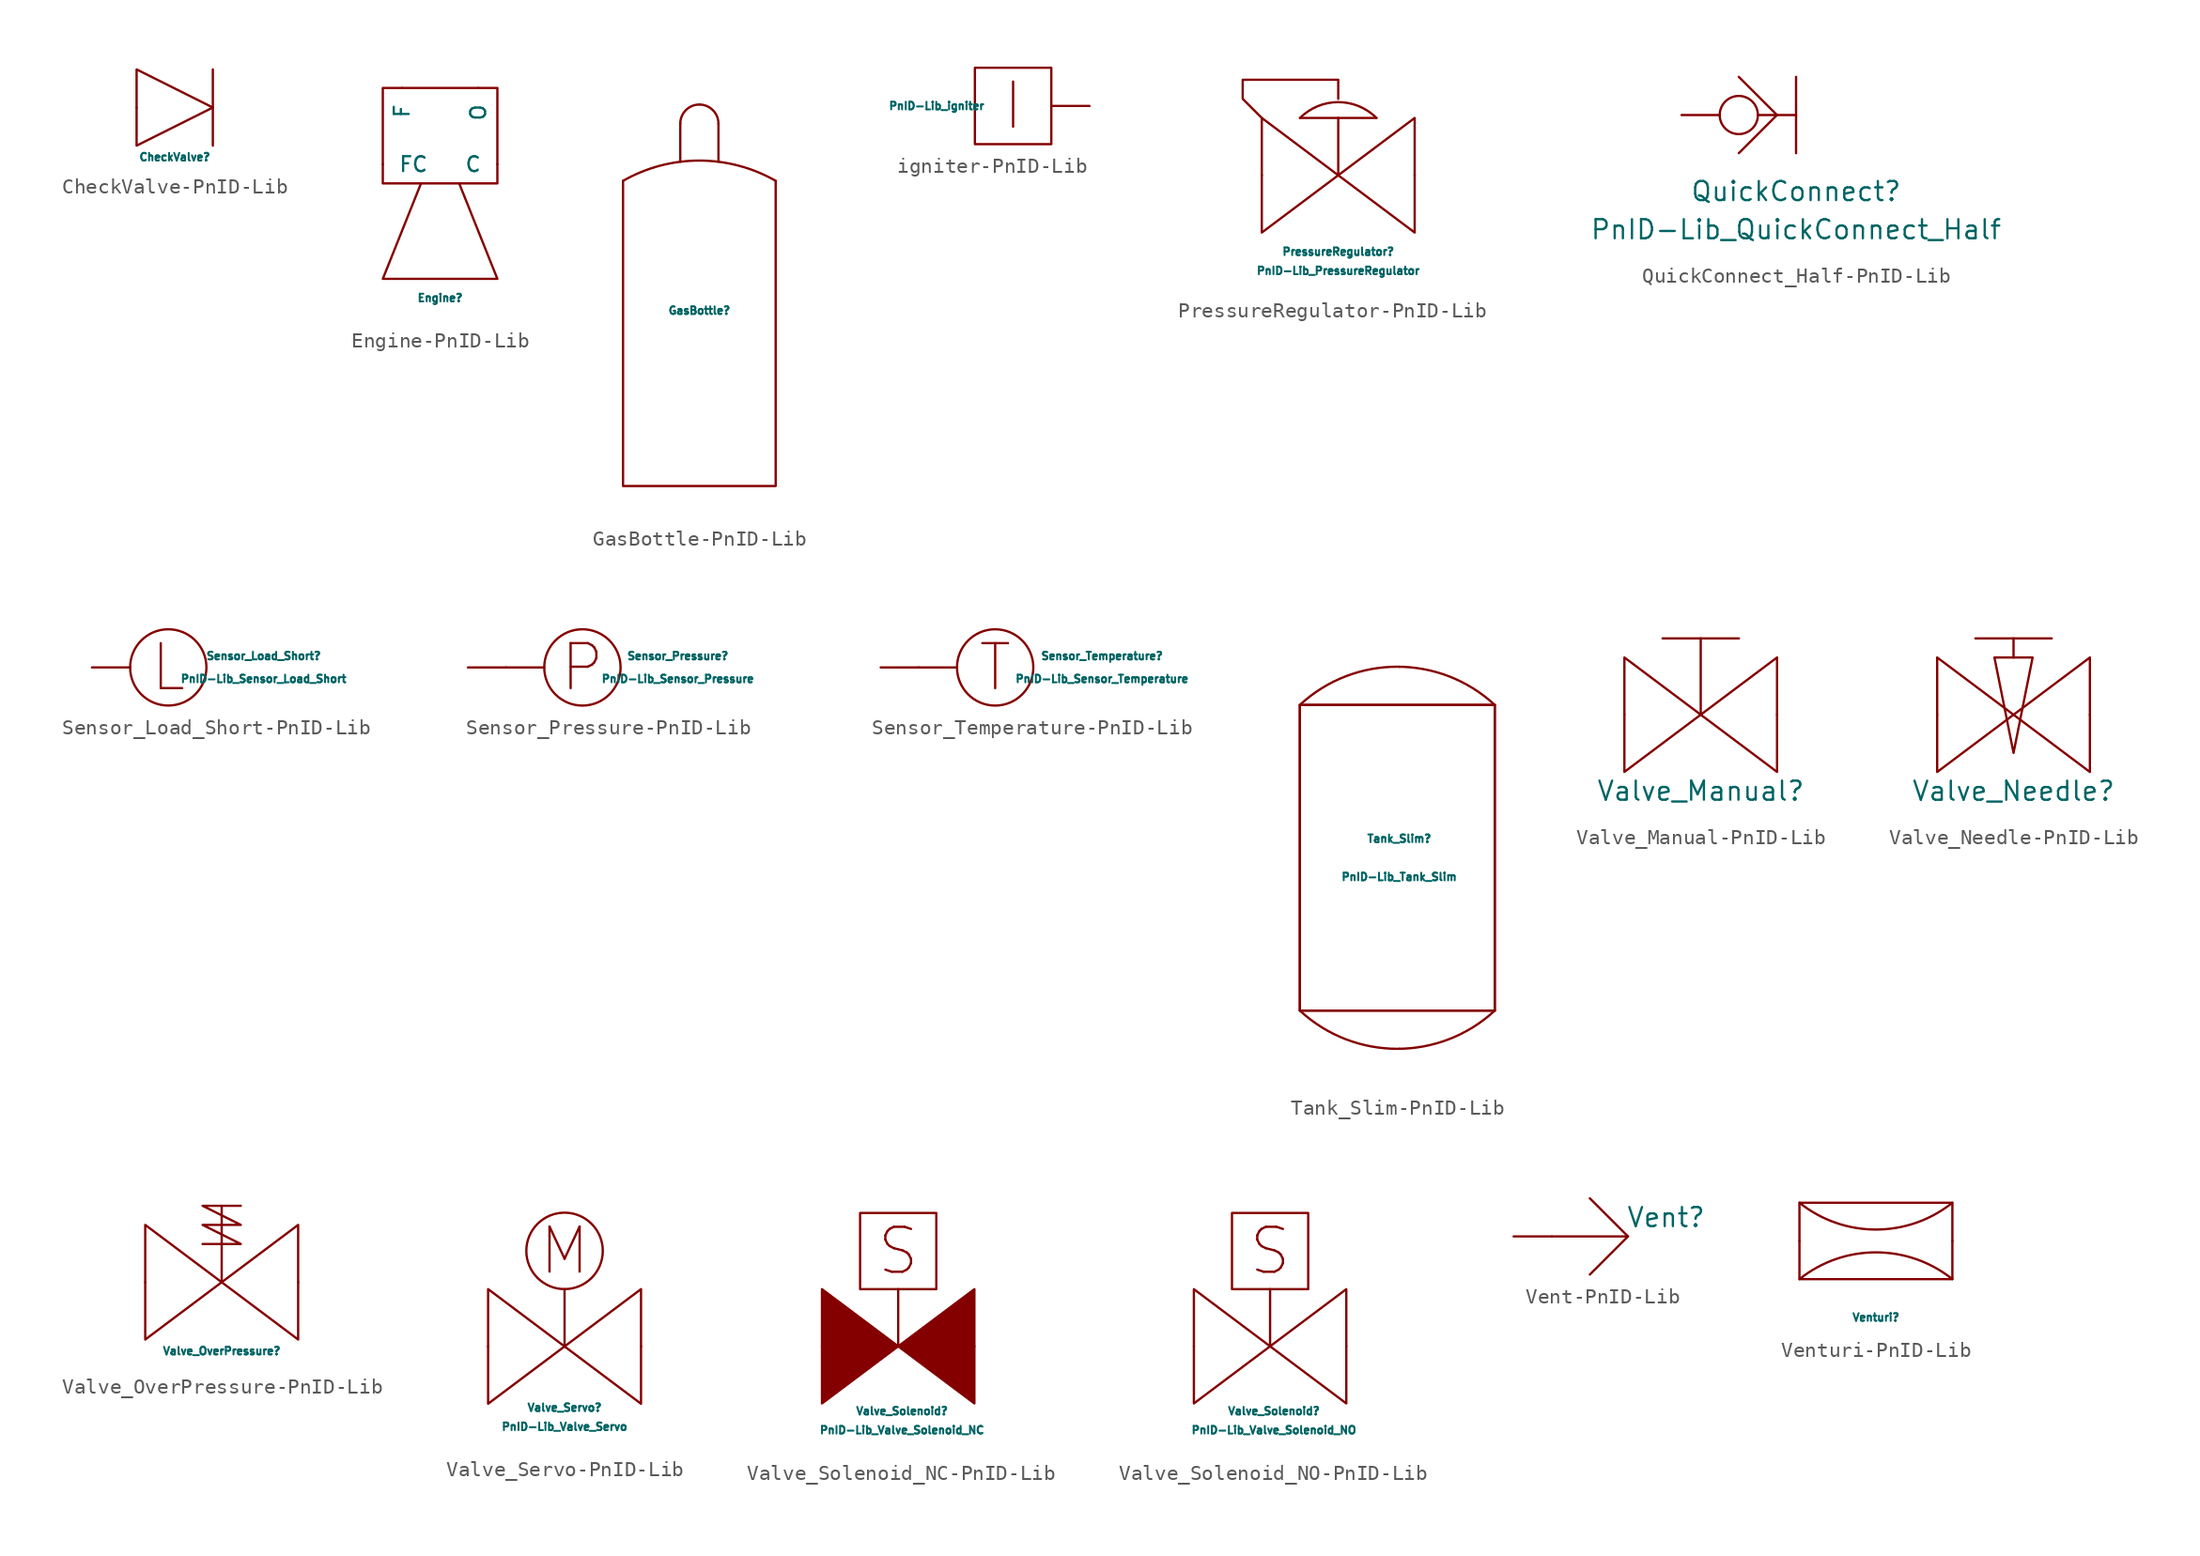
<source format=kicad_sym>
(kicad_symbol_lib
  (version 20231120)
  (generator "kicad_symbol_editor")
  (generator_version "8.0")
  (symbol "CheckValve-PnID-Lib"
    (pin_numbers hide)
    (pin_names
      (offset 1.016))
    (property "Reference" "CheckValve"
      (at 0 -3.302 0)
      (effects (font (size 0.508 0.508))))
    (symbol "CheckValve-PnID-Lib_0_0"
      (polyline (pts (xy 2.54 2.54) (xy 2.54 -2.54)) (stroke (width 0) (type solid)) (fill (type none)))
      (polyline (pts (xy -2.54 2.54) (xy -2.54 -2.54) (xy 2.54 0) (xy -2.54 2.54)) (stroke (width 0) (type solid)) (fill (type none))))
    (symbol "CheckValve-PnID-Lib_1_1"
      (pin bidirectional line (at -2.54 0 0) (length 0) (name "~" (effects (font (size 1.27 1.27)))) (number "~" (effects (font (size 1.27 1.27)))))
      (pin bidirectional line (at 2.54 0 180) (length 0) (name "~" (effects (font (size 1.27 1.27)))) (number "~" (effects (font (size 1.27 1.27)))))))
  (symbol "Engine-PnID-Lib"
    (pin_numbers hide)
    (pin_names
      (offset 1.016))
    (property "Reference" "Engine"
      (at 0 -11.43 0)
      (effects (font (size 0.508 0.508))))
    (symbol "Engine-PnID-Lib_0_0"
      (rectangle (start -3.81 2.54) (end 3.81 -3.81) (stroke (width 0) (type solid)) (fill (type none)))
      (polyline (pts (xy -1.27 -3.81) (xy -3.81 -10.16) (xy 3.81 -10.16) (xy 1.27 -3.81)) (stroke (width 0) (type solid)) (fill (type none))))
    (symbol "Engine-PnID-Lib_1_1"
      (pin bidirectional line (at 3.81 -2.54 180) (length 0) (name "C" (effects (font (size 0.991 0.991)))) (number "~" (effects (font (size 1.27 1.27)))))
      (pin input line (at -2.54 2.54 270) (length 0) (name "F" (effects (font (size 0.991 0.991)))) (number "~" (effects (font (size 1.27 1.27)))))
      (pin input line (at -3.81 -2.54 0) (length 0) (name "FC" (effects (font (size 0.991 0.991)))) (number "~" (effects (font (size 1.27 1.27)))))
      (pin input line (at 2.54 2.54 270) (length 0) (name "O" (effects (font (size 0.991 0.991)))) (number "~" (effects (font (size 1.27 1.27)))))))
  (symbol "GasBottle-PnID-Lib"
    (pin_numbers hide)
    (pin_names
      (offset 1.016))
    (property "Reference" "GasBottle"
      (at 0 -1.016 0)
      (effects (font (size 0.508 0.508))))
    (symbol "GasBottle-PnID-Lib_0_0"
      (polyline (pts (xy -1.27 8.89) (xy -1.27 11.43)) (stroke (width 0) (type solid)) (fill (type none)))
      (polyline (pts (xy 1.27 8.89) (xy 1.27 11.43)) (stroke (width 0) (type solid)) (fill (type none)))
      (polyline (pts (xy -5.08 7.62) (xy -5.08 -12.7) (xy 5.08 -12.7) (xy 5.08 7.62)) (stroke (width 0) (type solid)) (fill (type none)))
      (arc (start 1.27 11.43) (mid 0 12.7) (end -1.27 11.43) (stroke (width 0) (type solid)) (fill (type none)))
      (arc (start 5.08 7.62) (mid 0 8.9691) (end -5.08 7.62) (stroke (width 0) (type solid)) (fill (type none))))
    (symbol "GasBottle-PnID-Lib_1_1"
      (pin output line (at 0 12.7 270) (length 0) (name "~" (effects (font (size 1.27 1.27)))) (number "~" (effects (font (size 1.27 1.27)))))))
  (symbol "igniter-PnID-Lib"
    (pin_names
      (offset 1.016))
    (property "Reference" "igniter"
      (at -5.08 2.286 0)
      (effects (font (size 0.508 0.508)) (hide yes)))
    (property "Value" "PnID-Lib_igniter"
      (at -5.08 0 0)
      (effects (font (size 0.508 0.508))))
    (symbol "igniter-PnID-Lib_0_0"
      (text "I" (at 0 0 0) (effects (font (size 2.997 2.997)))))
    (symbol "igniter-PnID-Lib_0_1"
      (rectangle (start -2.54 2.54) (end 2.54 -2.54) (stroke (width 0) (type solid)) (fill (type none))))
    (symbol "igniter-PnID-Lib_1_1"
      (pin input line (at 5.08 0 180) (length 2.54) (name "~" (effects (font (size 1.27 1.27)))) (number "~" (effects (font (size 1.27 1.27)))))))
  (symbol "PressureRegulator-PnID-Lib"
    (pin_numbers hide)
    (pin_names
      (offset 1.016))
    (property "Reference" "PressureRegulator"
      (at 0 -5.08 0)
      (effects (font (size 0.508 0.508))))
    (property "Value" "PnID-Lib_PressureRegulator"
      (at 0 -6.35 0)
      (effects (font (size 0.508 0.508))))
    (symbol "PressureRegulator-PnID-Lib_0_0"
      (polyline (pts (xy -2.54 3.81) (xy 2.54 3.81)) (stroke (width 0) (type solid)) (fill (type none)))
      (polyline (pts (xy 0 0) (xy 0 3.81)) (stroke (width 0) (type solid)) (fill (type none)))
      (polyline (pts (xy -5.08 3.81) (xy -6.35 5.08) (xy -6.35 6.35) (xy 0 6.35) (xy 0 5.08)) (stroke (width 0) (type solid)) (fill (type none)))
      (arc (start 2.54 3.81) (mid 0 4.8621) (end -2.54 3.81) (stroke (width 0) (type solid)) (fill (type none))))
    (symbol "PressureRegulator-PnID-Lib_1_1"
      (polyline (pts (xy 0 0) (xy -5.08 3.81) (xy -5.08 -3.81) (xy 0 0)) (stroke (width 0) (type solid)) (fill (type none)))
      (polyline (pts (xy 5.08 3.81) (xy 0 0) (xy 5.08 -3.81) (xy 5.08 3.81)) (stroke (width 0) (type solid)) (fill (type none)))
      (pin bidirectional line (at -5.08 0 0) (length 0) (name "~" (effects (font (size 1.27 1.27)))) (number "~" (effects (font (size 1.27 1.27)))))
      (pin bidirectional line (at 5.08 0 180) (length 0) (name "~" (effects (font (size 1.27 1.27)))) (number "~" (effects (font (size 1.27 1.27)))))))
  (symbol "QuickConnect_Half-PnID-Lib"
    (pin_numbers hide)
    (pin_names
      (offset 1.016))
    (property "Reference" "QuickConnect"
      (at 0 -5.08 0)
      (effects (font (size 1.27 1.27))))
    (property "Value" "PnID-Lib_QuickConnect_Half"
      (at 0 -7.62 0)
      (effects (font (size 1.27 1.27))))
    (symbol "QuickConnect_Half-PnID-Lib_0_0"
      (circle (center -3.81 0) (radius 1.27) (stroke (width 0) (type solid)) (fill (type none)))
      (polyline (pts (xy -1.27 0) (xy -3.81 -2.54)) (stroke (width 0) (type solid)) (fill (type none)))
      (polyline (pts (xy -1.27 0) (xy -2.54 0)) (stroke (width 0) (type solid)) (fill (type none)))
      (polyline (pts (xy 0 2.54) (xy 0 -2.54)) (stroke (width 0) (type solid)) (fill (type none)))
      (polyline (pts (xy 0 0) (xy -1.27 0) (xy -3.81 2.54)) (stroke (width 0) (type solid)) (fill (type none))))
    (symbol "QuickConnect_Half-PnID-Lib_1_1"
      (pin bidirectional line (at -7.62 0 0) (length 2.54) (name "~" (effects (font (size 1.27 1.27)))) (number "~" (effects (font (size 1.27 1.27)))))))
  (symbol "Sensor_Load_Short-PnID-Lib"
    (pin_numbers hide)
    (pin_names
      (offset 1.016))
    (property "Reference" "Sensor_Load_Short"
      (at 6.35 0.762 0)
      (effects (font (size 0.508 0.508))))
    (property "Value" "PnID-Lib_Sensor_Load_Short"
      (at 6.35 -0.762 0)
      (effects (font (size 0.508 0.508))))
    (property "Data_Content" " "
      (at 0 0 0)
      (effects (font (size 1.27 1.27))))
    (symbol "Sensor_Load_Short-PnID-Lib_0_0"
      (circle (center 0 0) (radius 2.54) (stroke (width 0) (type solid)) (fill (type none)))
      (text "L" (at 0 0 0) (effects (font (size 2.997 2.997)))))
    (symbol "Sensor_Load_Short-PnID-Lib_1_1"
      (pin bidirectional line (at -5.08 0 0) (length 2.54) (name "~" (effects (font (size 1.27 1.27)))) (number "~" (effects (font (size 1.27 1.27)))))))
  (symbol "Sensor_Pressure-PnID-Lib"
    (pin_numbers hide)
    (pin_names
      (offset 1.016))
    (property "Reference" "Sensor_Pressure"
      (at 6.35 0.762 0)
      (effects (font (size 0.508 0.508))))
    (property "Value" "PnID-Lib_Sensor_Pressure"
      (at 6.35 -0.762 0)
      (effects (font (size 0.508 0.508))))
    (property "Data_Content" " "
      (at 0 0 0)
      (effects (font (size 1.27 1.27))))
    (symbol "Sensor_Pressure-PnID-Lib_0_0"
      (polyline (pts (xy -5.08 0) (xy -2.54 0)) (stroke (width 0) (type solid)) (fill (type none)))
      (circle (center 0 0) (radius 2.54) (stroke (width 0) (type solid)) (fill (type none)))
      (text "P" (at 0 0 0) (effects (font (size 2.997 2.997)))))
    (symbol "Sensor_Pressure-PnID-Lib_1_1"
      (pin bidirectional line (at -7.62 0 0) (length 2.54) (name "~" (effects (font (size 1.27 1.27)))) (number "~" (effects (font (size 1.27 1.27)))))))
  (symbol "Sensor_Temperature-PnID-Lib"
    (pin_numbers hide)
    (pin_names
      (offset 1.016))
    (property "Reference" "Sensor_Temperature"
      (at 7.112 0.762 0)
      (effects (font (size 0.508 0.508))))
    (property "Value" "PnID-Lib_Sensor_Temperature"
      (at 7.112 -0.762 0)
      (effects (font (size 0.508 0.508))))
    (symbol "Sensor_Temperature-PnID-Lib_0_0"
      (polyline (pts (xy -5.08 0) (xy -2.54 0)) (stroke (width 0) (type solid)) (fill (type none)))
      (text "T" (at 0 0 0) (effects (font (size 2.997 2.997)))))
    (symbol "Sensor_Temperature-PnID-Lib_0_1"
      (circle (center 0 0) (radius 2.54) (stroke (width 0) (type solid)) (fill (type none))))
    (symbol "Sensor_Temperature-PnID-Lib_1_1"
      (pin bidirectional line (at -7.62 0 0) (length 2.54) (name "~" (effects (font (size 1.27 1.27)))) (number "~" (effects (font (size 1.27 1.27)))))))
  (symbol "Tank_Slim-PnID-Lib"
    (pin_numbers hide)
    (pin_names
      (offset 1.016))
    (property "Reference" "Tank_Slim"
      (at 0 1.27 0)
      (effects (font (size 0.508 0.508))))
    (property "Value" "PnID-Lib_Tank_Slim"
      (at 0 -1.27 0)
      (effects (font (size 0.508 0.508))))
    (symbol "Tank_Slim-PnID-Lib_0_0"
      (polyline (pts (xy 6.35 10.16) (xy 6.35 -10.16)) (stroke (width 0) (type solid)) (fill (type none))))
    (symbol "Tank_Slim-PnID-Lib_0_1"
      (rectangle (start -6.604 -10.16) (end 6.35 10.16) (stroke (width 0) (type solid)) (fill (type none)))
      (polyline (pts (xy -6.604 10.16) (xy -6.604 -10.16)) (stroke (width 0) (type solid)) (fill (type none)))
      (polyline (pts (xy -6.35 -10.16) (xy 6.35 -10.16)) (stroke (width 0) (type solid)) (fill (type none)))
      (polyline (pts (xy -6.35 10.16) (xy 6.35 10.16)) (stroke (width 0) (type solid)) (fill (type none)))
      (arc (start 6.35 10.16) (mid -0.127 12.7008) (end -6.604 10.16) (stroke (width 0) (type solid)) (fill (type none))))
    (symbol "Tank_Slim-PnID-Lib_1_1"
      (arc (start -6.604 -10.16) (mid -0.127 -12.7008) (end 6.35 -10.16) (stroke (width 0) (type solid)) (fill (type none)))
      (pin bidirectional line (at 0 -12.7 90) (length 0) (name "~" (effects (font (size 1.27 1.27)))) (number "~" (effects (font (size 1.27 1.27)))))
      (pin bidirectional line (at 0 12.7 270) (length 0) (name "~" (effects (font (size 1.27 1.27)))) (number "~" (effects (font (size 1.27 1.27)))))))
  (symbol "Valve_Manual-PnID-Lib"
    (pin_numbers hide)
    (pin_names
      (offset 1.016))
    (property "Reference" "Valve_Manual"
      (at 0 -5.08 0)
      (effects (font (size 1.27 1.27))))
    (symbol "Valve_Manual-PnID-Lib_0_0"
      (polyline (pts (xy -2.54 5.08) (xy 2.54 5.08)) (stroke (width 0) (type solid)) (fill (type none)))
      (polyline (pts (xy 0 0) (xy 0 5.08)) (stroke (width 0) (type solid)) (fill (type none))))
    (symbol "Valve_Manual-PnID-Lib_1_1"
      (polyline (pts (xy 0 0) (xy -5.08 3.81) (xy -5.08 -3.81) (xy 0 0)) (stroke (width 0) (type solid)) (fill (type none)))
      (polyline (pts (xy 5.08 3.81) (xy 0 0) (xy 5.08 -3.81) (xy 5.08 3.81)) (stroke (width 0) (type solid)) (fill (type none)))
      (pin bidirectional line (at -5.08 0 0) (length 0) (name "~" (effects (font (size 1.27 1.27)))) (number "~" (effects (font (size 1.27 1.27)))))
      (pin bidirectional line (at 5.08 0 180) (length 0) (name "~" (effects (font (size 1.27 1.27)))) (number "~" (effects (font (size 1.27 1.27)))))))
  (symbol "Valve_Needle-PnID-Lib"
    (pin_numbers hide)
    (pin_names
      (offset 1.016))
    (property "Reference" "Valve_Needle"
      (at 0 -5.08 0)
      (effects (font (size 1.27 1.27))))
    (symbol "Valve_Needle-PnID-Lib_0_0"
      (polyline (pts (xy -2.54 5.08) (xy 2.54 5.08)) (stroke (width 0) (type solid)) (fill (type none)))
      (polyline (pts (xy 0 3.81) (xy 0 5.08)) (stroke (width 0) (type solid)) (fill (type none)))
      (polyline (pts (xy 0 -2.54) (xy -1.27 3.81) (xy 1.27 3.81) (xy 0 -2.54)) (stroke (width 0) (type solid)) (fill (type none))))
    (symbol "Valve_Needle-PnID-Lib_1_1"
      (polyline (pts (xy 0 0) (xy -5.08 3.81) (xy -5.08 -3.81) (xy 0 0)) (stroke (width 0) (type solid)) (fill (type none)))
      (polyline (pts (xy 5.08 3.81) (xy 0 0) (xy 5.08 -3.81) (xy 5.08 3.81)) (stroke (width 0) (type solid)) (fill (type none)))
      (pin bidirectional line (at -5.08 0 0) (length 0) (name "~" (effects (font (size 1.27 1.27)))) (number "~" (effects (font (size 1.27 1.27)))))
      (pin bidirectional line (at 5.08 0 180) (length 0) (name "~" (effects (font (size 1.27 1.27)))) (number "~" (effects (font (size 1.27 1.27)))))))
  (symbol "Valve_OverPressure-PnID-Lib"
    (pin_numbers hide)
    (pin_names
      (offset 1.016))
    (property "Reference" "Valve_OverPressure"
      (at 0 -4.572 0)
      (effects (font (size 0.508 0.508))))
    (symbol "Valve_OverPressure-PnID-Lib_0_0"
      (polyline (pts (xy 0 0) (xy 0 5.08)) (stroke (width 0) (type solid)) (fill (type none)))
      (polyline (pts (xy -1.27 2.54) (xy 1.27 2.54) (xy -1.27 3.81) (xy 1.27 3.81) (xy -1.27 5.08) (xy 1.27 5.08)) (stroke (width 0) (type solid)) (fill (type none))))
    (symbol "Valve_OverPressure-PnID-Lib_1_1"
      (polyline (pts (xy 0 0) (xy -5.08 3.81) (xy -5.08 -3.81) (xy 0 0)) (stroke (width 0) (type solid)) (fill (type none)))
      (polyline (pts (xy 5.08 3.81) (xy 0 0) (xy 5.08 -3.81) (xy 5.08 3.81)) (stroke (width 0) (type solid)) (fill (type none)))
      (pin bidirectional line (at -5.08 0 0) (length 0) (name "~" (effects (font (size 1.27 1.27)))) (number "~" (effects (font (size 1.27 1.27)))))
      (pin bidirectional line (at 5.08 0 180) (length 0) (name "~" (effects (font (size 1.27 1.27)))) (number "~" (effects (font (size 1.27 1.27)))))))
  (symbol "Valve_Servo-PnID-Lib"
    (pin_numbers hide)
    (pin_names
      (offset 1.016))
    (property "Reference" "Valve_Servo"
      (at 0 -4.064 0)
      (effects (font (size 0.508 0.508))))
    (property "Value" "PnID-Lib_Valve_Servo"
      (at 0 -5.334 0)
      (effects (font (size 0.508 0.508))))
    (symbol "Valve_Servo-PnID-Lib_0_0"
      (polyline (pts (xy 0 0) (xy 0 3.81)) (stroke (width 0) (type solid)) (fill (type none)))
      (circle (center 0 6.35) (radius 2.54) (stroke (width 0) (type solid)) (fill (type none)))
      (text "M" (at 0 6.35 0) (effects (font (size 2.997 2.997)))))
    (symbol "Valve_Servo-PnID-Lib_0_1"
      (polyline (pts (xy 0 0) (xy -5.08 3.81) (xy -5.08 -3.81) (xy 0 0)) (stroke (width 0) (type solid)) (fill (type none))))
    (symbol "Valve_Servo-PnID-Lib_1_1"
      (polyline (pts (xy 5.08 3.81) (xy 0 0) (xy 5.08 -3.81) (xy 5.08 3.81)) (stroke (width 0) (type solid)) (fill (type none)))
      (pin bidirectional line (at -5.08 0 0) (length 0) (name "~" (effects (font (size 1.27 1.27)))) (number "~" (effects (font (size 1.27 1.27)))))
      (pin bidirectional line (at 5.08 0 180) (length 0) (name "~" (effects (font (size 1.27 1.27)))) (number "~" (effects (font (size 1.27 1.27)))))))
  (symbol "Valve_Solenoid_NC-PnID-Lib"
    (pin_numbers hide)
    (pin_names
      (offset 1.016))
    (property "Reference" "Valve_Solenoid"
      (at 0.254 -4.318 0)
      (effects (font (size 0.508 0.508))))
    (property "Value" "PnID-Lib_Valve_Solenoid_NC"
      (at 0.254 -5.588 0)
      (effects (font (size 0.508 0.508))))
    (symbol "Valve_Solenoid_NC-PnID-Lib_0_0"
      (rectangle (start -2.54 3.81) (end 2.54 8.89) (stroke (width 0) (type solid)) (fill (type none)))
      (text "S" (at 0 6.35 0) (effects (font (size 2.997 2.997)))))
    (symbol "Valve_Solenoid_NC-PnID-Lib_0_1"
      (polyline (pts (xy 0 3.81) (xy 0 0)) (stroke (width 0) (type solid)) (fill (type none))))
    (symbol "Valve_Solenoid_NC-PnID-Lib_1_1"
      (polyline (pts (xy 0 0) (xy -5.08 3.81) (xy -5.08 -3.81) (xy 0 0)) (stroke (width 0) (type solid)) (fill (type outline)))
      (polyline (pts (xy 5.08 3.81) (xy 0 0) (xy 5.08 -3.81) (xy 5.08 3.81)) (stroke (width 0) (type solid)) (fill (type outline)))
      (pin bidirectional line (at -5.08 0 0) (length 0) (name "~" (effects (font (size 1.27 1.27)))) (number "~" (effects (font (size 1.27 1.27)))))
      (pin bidirectional line (at 5.08 0 180) (length 0) (name "~" (effects (font (size 1.27 1.27)))) (number "~" (effects (font (size 1.27 1.27)))))))
  (symbol "Valve_Solenoid_NO-PnID-Lib"
    (pin_numbers hide)
    (pin_names
      (offset 1.016))
    (property "Reference" "Valve_Solenoid"
      (at 0.254 -4.318 0)
      (effects (font (size 0.508 0.508))))
    (property "Value" "PnID-Lib_Valve_Solenoid_NO"
      (at 0.254 -5.588 0)
      (effects (font (size 0.508 0.508))))
    (symbol "Valve_Solenoid_NO-PnID-Lib_0_0"
      (rectangle (start -2.54 3.81) (end 2.54 8.89) (stroke (width 0) (type solid)) (fill (type none)))
      (text "S" (at 0 6.35 0) (effects (font (size 2.997 2.997)))))
    (symbol "Valve_Solenoid_NO-PnID-Lib_0_1"
      (polyline (pts (xy 0 3.81) (xy 0 0)) (stroke (width 0) (type solid)) (fill (type none))))
    (symbol "Valve_Solenoid_NO-PnID-Lib_1_1"
      (polyline (pts (xy 0 0) (xy -5.08 3.81) (xy -5.08 -3.81) (xy 0 0)) (stroke (width 0) (type solid)) (fill (type none)))
      (polyline (pts (xy 5.08 3.81) (xy 0 0) (xy 5.08 -3.81) (xy 5.08 3.81)) (stroke (width 0) (type solid)) (fill (type none)))
      (pin bidirectional line (at -5.08 0 0) (length 0) (name "~" (effects (font (size 1.27 1.27)))) (number "~" (effects (font (size 1.27 1.27)))))
      (pin bidirectional line (at 5.08 0 180) (length 0) (name "~" (effects (font (size 1.27 1.27)))) (number "~" (effects (font (size 1.27 1.27)))))))
  (symbol "Vent-PnID-Lib"
    (pin_numbers hide)
    (pin_names
      (offset 1.016))
    (property "Reference" "Vent"
      (at 2.54 1.27 0)
      (effects (font (size 1.27 1.27))))
    (symbol "Vent-PnID-Lib_0_0"
      (polyline (pts (xy 0 0) (xy -5.08 0)) (stroke (width 0) (type solid)) (fill (type none)))
      (polyline (pts (xy -2.54 2.54) (xy 0 0) (xy -2.54 -2.54)) (stroke (width 0) (type solid)) (fill (type none))))
    (symbol "Vent-PnID-Lib_1_1"
      (pin bidirectional line (at -7.62 0 0) (length 2.54) (name "~" (effects (font (size 1.27 1.27)))) (number "~" (effects (font (size 1.27 1.27)))))))
  (symbol "Venturi-PnID-Lib"
    (pin_numbers hide)
    (pin_names
      (offset 1.016))
    (property "Reference" "Venturi"
      (at 0 -5.08 0)
      (effects (font (size 0.508 0.508))))
    (symbol "Venturi-PnID-Lib_0_0"
      (rectangle (start -5.08 2.54) (end 5.08 -2.54) (stroke (width 0) (type solid)) (fill (type none)))
      (arc (start -5.08 2.54) (mid 0 0.758) (end 5.08 2.54) (stroke (width 0) (type solid)) (fill (type none)))
      (arc (start 5.08 -2.54) (mid 0 -0.758) (end -5.08 -2.54) (stroke (width 0) (type solid)) (fill (type none))))
    (symbol "Venturi-PnID-Lib_1_1"
      (pin bidirectional line (at -5.08 0 0) (length 0) (name "~" (effects (font (size 1.27 1.27)))) (number "~" (effects (font (size 1.27 1.27)))))
      (pin bidirectional line (at 5.08 0 180) (length 0) (name "~" (effects (font (size 1.27 1.27)))) (number "~" (effects (font (size 1.27 1.27))))))))
</source>
